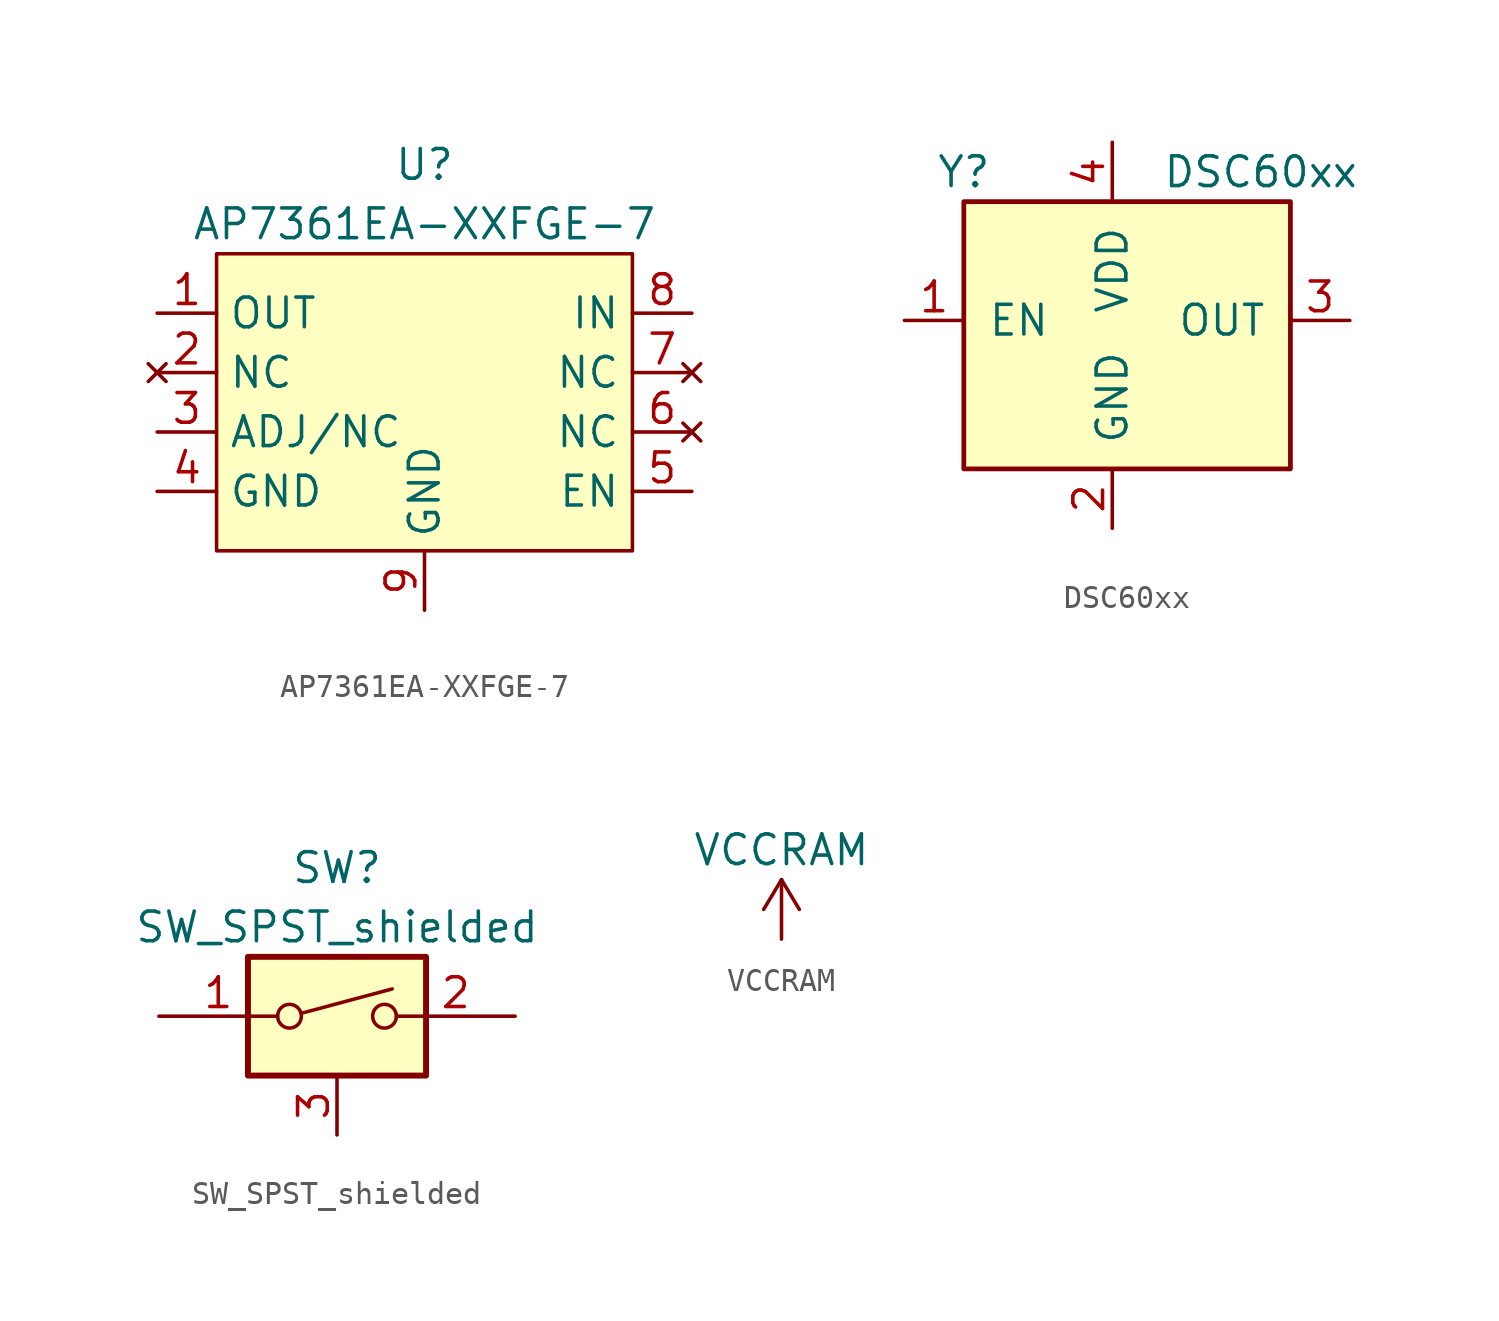
<source format=kicad_sym>
(kicad_symbol_lib
  (version 20220914)
  (generator kicad_symbol_editor)
  (symbol "AP7361EA-XXFGE-7"
    (property "Reference" "U"
      (at 0 10.16 0)
      (effects (font (size 1.27 1.27))))
    (property "Value" "AP7361EA-XXFGE-7"
      (at 0 7.62 0)
      (effects (font (size 1.27 1.27))))
    (symbol "AP7361EA-XXFGE-7_0_1"
      (rectangle (start -8.89 6.35) (end 8.89 -6.35) (stroke (width 0.152) (type default)) (fill (type background))))
    (symbol "AP7361EA-XXFGE-7_1_1"
      (pin power_out line (at -11.43 3.81 0) (length 2.54) (name "OUT" (effects (font (size 1.27 1.27)))) (number "1" (effects (font (size 1.27 1.27)))))
      (pin no_connect line (at -11.43 1.27 0) (length 2.54) (name "NC" (effects (font (size 1.27 1.27)))) (number "2" (effects (font (size 1.27 1.27)))))
      (pin passive line (at -11.43 -1.27 0) (length 2.54) (name "ADJ/NC" (effects (font (size 1.27 1.27)))) (number "3" (effects (font (size 1.27 1.27)))))
      (pin power_in line (at -11.43 -3.81 0) (length 2.54) (name "GND" (effects (font (size 1.27 1.27)))) (number "4" (effects (font (size 1.27 1.27)))))
      (pin input line (at 11.43 -3.81 180) (length 2.54) (name "EN" (effects (font (size 1.27 1.27)))) (number "5" (effects (font (size 1.27 1.27)))))
      (pin no_connect line (at 11.43 -1.27 180) (length 2.54) (name "NC" (effects (font (size 1.27 1.27)))) (number "6" (effects (font (size 1.27 1.27)))))
      (pin no_connect line (at 11.43 1.27 180) (length 2.54) (name "NC" (effects (font (size 1.27 1.27)))) (number "7" (effects (font (size 1.27 1.27)))))
      (pin power_in line (at 11.43 3.81 180) (length 2.54) (name "IN" (effects (font (size 1.27 1.27)))) (number "8" (effects (font (size 1.27 1.27)))))
      (pin power_in line (at 0 -8.89 90) (length 2.54) (name "GND" (effects (font (size 1.27 1.27)))) (number "9" (effects (font (size 1.27 1.27)))))))
  (symbol "DSC60xx"
    (pin_names
      (offset 1.016))
    (property "Reference" "Y"
      (at 0 1.27 0)
      (effects (font (size 1.27 1.27))))
    (property "Value" "DSC60xx"
      (at 12.7 1.27 0)
      (effects (font (size 1.27 1.27))))
    (symbol "DSC60xx_0_1"
      (rectangle (start 0 0) (end 13.97 -11.43) (stroke (width 0.203) (type default)) (fill (type background))))
    (symbol "DSC60xx_1_1"
      (pin input line (at -2.54 -5.08 0) (length 2.54) (name "EN" (effects (font (size 1.27 1.27)))) (number "1" (effects (font (size 1.27 1.27)))))
      (pin power_in line (at 6.35 -13.97 90) (length 2.54) (name "GND" (effects (font (size 1.27 1.27)))) (number "2" (effects (font (size 1.27 1.27)))))
      (pin output line (at 16.51 -5.08 180) (length 2.54) (name "OUT" (effects (font (size 1.27 1.27)))) (number "3" (effects (font (size 1.27 1.27)))))
      (pin power_in line (at 6.35 2.54 270) (length 2.54) (name "VDD" (effects (font (size 1.27 1.27)))) (number "4" (effects (font (size 1.27 1.27)))))))
  (symbol "SW_SPST_shielded"
    (pin_names
      (offset 0) hide)
    (property "Reference" "SW"
      (at 0 6.35 0)
      (effects (font (size 1.27 1.27))))
    (property "Value" "SW_SPST_shielded"
      (at 0 3.81 0)
      (effects (font (size 1.27 1.27))))
    (symbol "SW_SPST_shielded_0_0"
      (circle (center -2.032 0) (radius 0.508) (stroke (width 0) (type default)) (fill (type none)))
      (polyline (pts (xy -1.524 0.127) (xy 2.362 1.168)) (stroke (width 0) (type default)) (fill (type none)))
      (circle (center 2.032 0) (radius 0.508) (stroke (width 0) (type default)) (fill (type none))))
    (symbol "SW_SPST_shielded_0_1"
      (rectangle (start -3.81 2.54) (end 3.81 -2.54) (stroke (width 0.254) (type default)) (fill (type background))))
    (symbol "SW_SPST_shielded_1_1"
      (pin passive line (at -7.62 0 0) (length 5.08) (name "~" (effects (font (size 1.27 1.27)))) (number "1" (effects (font (size 1.27 1.27)))))
      (pin passive line (at 7.62 0 180) (length 5.08) (name "~" (effects (font (size 1.27 1.27)))) (number "2" (effects (font (size 1.27 1.27)))))
      (pin passive line (at 0 -5.08 90) (length 2.54) (name "SHIELD" (effects (font (size 1.27 1.27)))) (number "3" (effects (font (size 1.27 1.27)))))))
  (symbol "VCCRAM"
    (power)
    (pin_names
      (offset 0))
    (property "Reference" "#PWR"
      (at 0 -3.81 0)
      (effects (font (size 1.27 1.27)) hide))
    (property "Value" "VCCRAM"
      (at 0 3.81 0)
      (effects (font (size 1.27 1.27))))
    (symbol "VCCRAM_0_1"
      (polyline (pts (xy -0.762 1.27) (xy 0 2.54)) (stroke (width 0) (type default)) (fill (type none)))
      (polyline (pts (xy 0 0) (xy 0 2.54)) (stroke (width 0) (type default)) (fill (type none)))
      (polyline (pts (xy 0 2.54) (xy 0.762 1.27)) (stroke (width 0) (type default)) (fill (type none))))
    (symbol "VCCRAM_1_1"
      (pin power_in line (at 0 0 90) (length 0) hide (name "VCCRAM" (effects (font (size 1.27 1.27)))) (number "1" (effects (font (size 1.27 1.27))))))))
</source>
